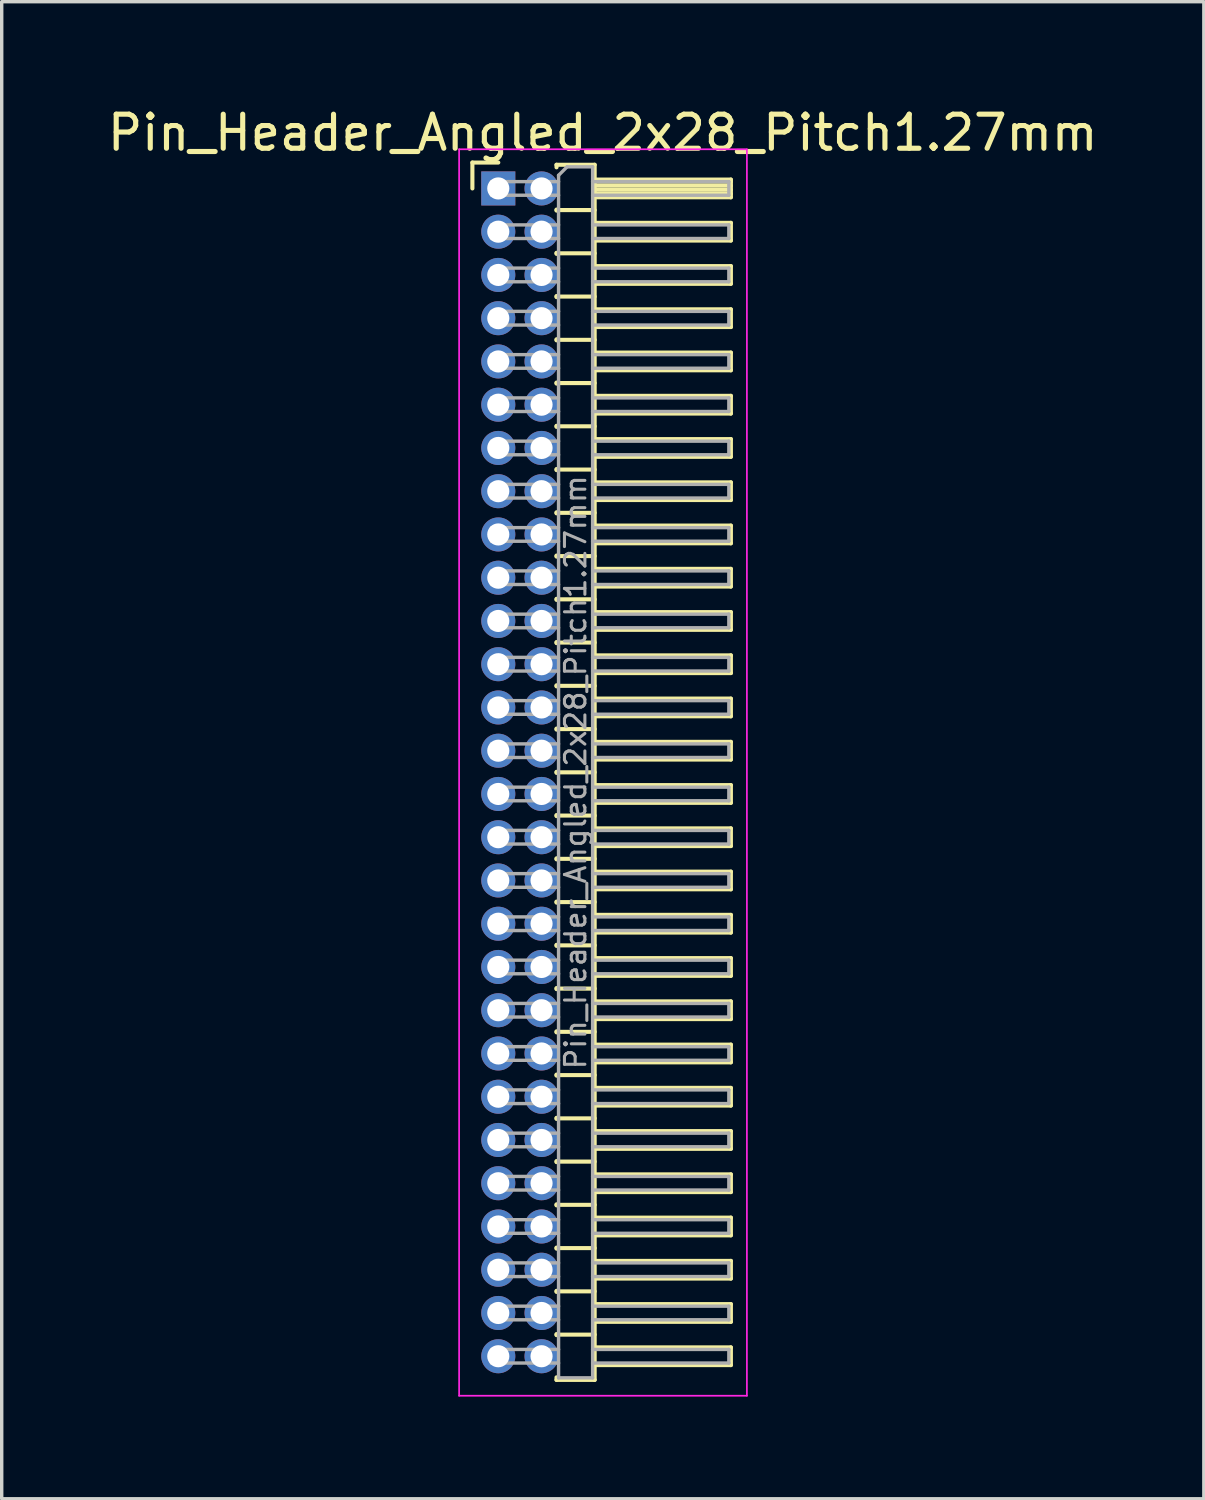
<source format=kicad_pcb>
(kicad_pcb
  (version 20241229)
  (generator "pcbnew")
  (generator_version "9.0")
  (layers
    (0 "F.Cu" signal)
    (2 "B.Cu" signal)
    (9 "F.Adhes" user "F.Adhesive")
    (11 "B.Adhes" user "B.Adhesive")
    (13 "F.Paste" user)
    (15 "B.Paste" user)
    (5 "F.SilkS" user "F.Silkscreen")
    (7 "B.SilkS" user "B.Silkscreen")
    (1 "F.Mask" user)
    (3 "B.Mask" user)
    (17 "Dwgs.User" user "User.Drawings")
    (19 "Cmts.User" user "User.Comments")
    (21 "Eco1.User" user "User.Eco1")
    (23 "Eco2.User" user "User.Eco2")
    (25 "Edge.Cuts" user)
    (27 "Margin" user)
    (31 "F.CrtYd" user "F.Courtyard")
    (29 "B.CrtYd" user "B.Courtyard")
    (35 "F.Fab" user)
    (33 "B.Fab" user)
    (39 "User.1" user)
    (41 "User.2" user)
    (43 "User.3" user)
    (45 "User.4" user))
  (footprint "Pin_Header_Angled_2x28_Pitch1.27mm"
    (layer "F.Cu")
    (at 11.581 2.483)
    (property "Reference" "Pin_Header_Angled_2x28_Pitch1.27mm" (at 3.067 -1.635 0) (layer "F.SilkS") (effects (font (size 1 1) (thickness 0.15))))
    (attr through_hole)
    (fp_line (start -0.76 -0.76) (end 0 -0.76) (stroke (width 0.12) (type solid)) (layer "F.SilkS"))
    (fp_line (start -0.76 0) (end -0.76 -0.76) (stroke (width 0.12) (type solid)) (layer "F.SilkS"))
    (fp_line (start 1.71 -0.695) (end 2.83 -0.695) (stroke (width 0.12) (type solid)) (layer "F.SilkS"))
    (fp_line (start 1.71 -0.62) (end 1.71 -0.695) (stroke (width 0.12) (type solid)) (layer "F.SilkS"))
    (fp_line (start 1.71 0.62) (end 1.71 0.65) (stroke (width 0.12) (type solid)) (layer "F.SilkS"))
    (fp_line (start 1.71 0.635) (end 2.83 0.635) (stroke (width 0.12) (type solid)) (layer "F.SilkS"))
    (fp_line (start 1.71 1.89) (end 1.71 1.92) (stroke (width 0.12) (type solid)) (layer "F.SilkS"))
    (fp_line (start 1.71 1.905) (end 2.83 1.905) (stroke (width 0.12) (type solid)) (layer "F.SilkS"))
    (fp_line (start 1.71 3.16) (end 1.71 3.19) (stroke (width 0.12) (type solid)) (layer "F.SilkS"))
    (fp_line (start 1.71 3.175) (end 2.83 3.175) (stroke (width 0.12) (type solid)) (layer "F.SilkS"))
    (fp_line (start 1.71 4.43) (end 1.71 4.46) (stroke (width 0.12) (type solid)) (layer "F.SilkS"))
    (fp_line (start 1.71 4.445) (end 2.83 4.445) (stroke (width 0.12) (type solid)) (layer "F.SilkS"))
    (fp_line (start 1.71 5.7) (end 1.71 5.73) (stroke (width 0.12) (type solid)) (layer "F.SilkS"))
    (fp_line (start 1.71 5.715) (end 2.83 5.715) (stroke (width 0.12) (type solid)) (layer "F.SilkS"))
    (fp_line (start 1.71 6.97) (end 1.71 7) (stroke (width 0.12) (type solid)) (layer "F.SilkS"))
    (fp_line (start 1.71 6.985) (end 2.83 6.985) (stroke (width 0.12) (type solid)) (layer "F.SilkS"))
    (fp_line (start 1.71 8.24) (end 1.71 8.27) (stroke (width 0.12) (type solid)) (layer "F.SilkS"))
    (fp_line (start 1.71 8.255) (end 2.83 8.255) (stroke (width 0.12) (type solid)) (layer "F.SilkS"))
    (fp_line (start 1.71 9.51) (end 1.71 9.54) (stroke (width 0.12) (type solid)) (layer "F.SilkS"))
    (fp_line (start 1.71 9.525) (end 2.83 9.525) (stroke (width 0.12) (type solid)) (layer "F.SilkS"))
    (fp_line (start 1.71 10.78) (end 1.71 10.81) (stroke (width 0.12) (type solid)) (layer "F.SilkS"))
    (fp_line (start 1.71 10.795) (end 2.83 10.795) (stroke (width 0.12) (type solid)) (layer "F.SilkS"))
    (fp_line (start 1.71 12.05) (end 1.71 12.08) (stroke (width 0.12) (type solid)) (layer "F.SilkS"))
    (fp_line (start 1.71 12.065) (end 2.83 12.065) (stroke (width 0.12) (type solid)) (layer "F.SilkS"))
    (fp_line (start 1.71 13.32) (end 1.71 13.35) (stroke (width 0.12) (type solid)) (layer "F.SilkS"))
    (fp_line (start 1.71 13.335) (end 2.83 13.335) (stroke (width 0.12) (type solid)) (layer "F.SilkS"))
    (fp_line (start 1.71 14.59) (end 1.71 14.62) (stroke (width 0.12) (type solid)) (layer "F.SilkS"))
    (fp_line (start 1.71 14.605) (end 2.83 14.605) (stroke (width 0.12) (type solid)) (layer "F.SilkS"))
    (fp_line (start 1.71 15.86) (end 1.71 15.89) (stroke (width 0.12) (type solid)) (layer "F.SilkS"))
    (fp_line (start 1.71 15.875) (end 2.83 15.875) (stroke (width 0.12) (type solid)) (layer "F.SilkS"))
    (fp_line (start 1.71 17.13) (end 1.71 17.16) (stroke (width 0.12) (type solid)) (layer "F.SilkS"))
    (fp_line (start 1.71 17.145) (end 2.83 17.145) (stroke (width 0.12) (type solid)) (layer "F.SilkS"))
    (fp_line (start 1.71 18.4) (end 1.71 18.43) (stroke (width 0.12) (type solid)) (layer "F.SilkS"))
    (fp_line (start 1.71 18.415) (end 2.83 18.415) (stroke (width 0.12) (type solid)) (layer "F.SilkS"))
    (fp_line (start 1.71 19.67) (end 1.71 19.7) (stroke (width 0.12) (type solid)) (layer "F.SilkS"))
    (fp_line (start 1.71 19.685) (end 2.83 19.685) (stroke (width 0.12) (type solid)) (layer "F.SilkS"))
    (fp_line (start 1.71 20.94) (end 1.71 20.97) (stroke (width 0.12) (type solid)) (layer "F.SilkS"))
    (fp_line (start 1.71 20.955) (end 2.83 20.955) (stroke (width 0.12) (type solid)) (layer "F.SilkS"))
    (fp_line (start 1.71 22.21) (end 1.71 22.24) (stroke (width 0.12) (type solid)) (layer "F.SilkS"))
    (fp_line (start 1.71 22.225) (end 2.83 22.225) (stroke (width 0.12) (type solid)) (layer "F.SilkS"))
    (fp_line (start 1.71 23.48) (end 1.71 23.51) (stroke (width 0.12) (type solid)) (layer "F.SilkS"))
    (fp_line (start 1.71 23.495) (end 2.83 23.495) (stroke (width 0.12) (type solid)) (layer "F.SilkS"))
    (fp_line (start 1.71 24.75) (end 1.71 24.78) (stroke (width 0.12) (type solid)) (layer "F.SilkS"))
    (fp_line (start 1.71 24.765) (end 2.83 24.765) (stroke (width 0.12) (type solid)) (layer "F.SilkS"))
    (fp_line (start 1.71 26.02) (end 1.71 26.05) (stroke (width 0.12) (type solid)) (layer "F.SilkS"))
    (fp_line (start 1.71 26.035) (end 2.83 26.035) (stroke (width 0.12) (type solid)) (layer "F.SilkS"))
    (fp_line (start 1.71 27.29) (end 1.71 27.32) (stroke (width 0.12) (type solid)) (layer "F.SilkS"))
    (fp_line (start 1.71 27.305) (end 2.83 27.305) (stroke (width 0.12) (type solid)) (layer "F.SilkS"))
    (fp_line (start 1.71 28.56) (end 1.71 28.59) (stroke (width 0.12) (type solid)) (layer "F.SilkS"))
    (fp_line (start 1.71 28.575) (end 2.83 28.575) (stroke (width 0.12) (type solid)) (layer "F.SilkS"))
    (fp_line (start 1.71 29.83) (end 1.71 29.86) (stroke (width 0.12) (type solid)) (layer "F.SilkS"))
    (fp_line (start 1.71 29.845) (end 2.83 29.845) (stroke (width 0.12) (type solid)) (layer "F.SilkS"))
    (fp_line (start 1.71 31.1) (end 1.71 31.13) (stroke (width 0.12) (type solid)) (layer "F.SilkS"))
    (fp_line (start 1.71 31.115) (end 2.83 31.115) (stroke (width 0.12) (type solid)) (layer "F.SilkS"))
    (fp_line (start 1.71 32.37) (end 1.71 32.4) (stroke (width 0.12) (type solid)) (layer "F.SilkS"))
    (fp_line (start 1.71 32.385) (end 2.83 32.385) (stroke (width 0.12) (type solid)) (layer "F.SilkS"))
    (fp_line (start 1.71 33.64) (end 1.71 33.67) (stroke (width 0.12) (type solid)) (layer "F.SilkS"))
    (fp_line (start 1.71 33.655) (end 2.83 33.655) (stroke (width 0.12) (type solid)) (layer "F.SilkS"))
    (fp_line (start 1.71 34.985) (end 1.71 34.91) (stroke (width 0.12) (type solid)) (layer "F.SilkS"))
    (fp_line (start 2.83 -0.695) (end 2.83 34.985) (stroke (width 0.12) (type solid)) (layer "F.SilkS"))
    (fp_line (start 2.83 -0.26) (end 6.83 -0.26) (stroke (width 0.12) (type solid)) (layer "F.SilkS"))
    (fp_line (start 2.83 -0.2) (end 6.83 -0.2) (stroke (width 0.12) (type solid)) (layer "F.SilkS"))
    (fp_line (start 2.83 -0.08) (end 6.83 -0.08) (stroke (width 0.12) (type solid)) (layer "F.SilkS"))
    (fp_line (start 2.83 0.04) (end 6.83 0.04) (stroke (width 0.12) (type solid)) (layer "F.SilkS"))
    (fp_line (start 2.83 0.16) (end 6.83 0.16) (stroke (width 0.12) (type solid)) (layer "F.SilkS"))
    (fp_line (start 2.83 1.01) (end 6.83 1.01) (stroke (width 0.12) (type solid)) (layer "F.SilkS"))
    (fp_line (start 2.83 2.28) (end 6.83 2.28) (stroke (width 0.12) (type solid)) (layer "F.SilkS"))
    (fp_line (start 2.83 3.55) (end 6.83 3.55) (stroke (width 0.12) (type solid)) (layer "F.SilkS"))
    (fp_line (start 2.83 4.82) (end 6.83 4.82) (stroke (width 0.12) (type solid)) (layer "F.SilkS"))
    (fp_line (start 2.83 6.09) (end 6.83 6.09) (stroke (width 0.12) (type solid)) (layer "F.SilkS"))
    (fp_line (start 2.83 7.36) (end 6.83 7.36) (stroke (width 0.12) (type solid)) (layer "F.SilkS"))
    (fp_line (start 2.83 8.63) (end 6.83 8.63) (stroke (width 0.12) (type solid)) (layer "F.SilkS"))
    (fp_line (start 2.83 9.9) (end 6.83 9.9) (stroke (width 0.12) (type solid)) (layer "F.SilkS"))
    (fp_line (start 2.83 11.17) (end 6.83 11.17) (stroke (width 0.12) (type solid)) (layer "F.SilkS"))
    (fp_line (start 2.83 12.44) (end 6.83 12.44) (stroke (width 0.12) (type solid)) (layer "F.SilkS"))
    (fp_line (start 2.83 13.71) (end 6.83 13.71) (stroke (width 0.12) (type solid)) (layer "F.SilkS"))
    (fp_line (start 2.83 14.98) (end 6.83 14.98) (stroke (width 0.12) (type solid)) (layer "F.SilkS"))
    (fp_line (start 2.83 16.25) (end 6.83 16.25) (stroke (width 0.12) (type solid)) (layer "F.SilkS"))
    (fp_line (start 2.83 17.52) (end 6.83 17.52) (stroke (width 0.12) (type solid)) (layer "F.SilkS"))
    (fp_line (start 2.83 18.79) (end 6.83 18.79) (stroke (width 0.12) (type solid)) (layer "F.SilkS"))
    (fp_line (start 2.83 20.06) (end 6.83 20.06) (stroke (width 0.12) (type solid)) (layer "F.SilkS"))
    (fp_line (start 2.83 21.33) (end 6.83 21.33) (stroke (width 0.12) (type solid)) (layer "F.SilkS"))
    (fp_line (start 2.83 22.6) (end 6.83 22.6) (stroke (width 0.12) (type solid)) (layer "F.SilkS"))
    (fp_line (start 2.83 23.87) (end 6.83 23.87) (stroke (width 0.12) (type solid)) (layer "F.SilkS"))
    (fp_line (start 2.83 25.14) (end 6.83 25.14) (stroke (width 0.12) (type solid)) (layer "F.SilkS"))
    (fp_line (start 2.83 26.41) (end 6.83 26.41) (stroke (width 0.12) (type solid)) (layer "F.SilkS"))
    (fp_line (start 2.83 27.68) (end 6.83 27.68) (stroke (width 0.12) (type solid)) (layer "F.SilkS"))
    (fp_line (start 2.83 28.95) (end 6.83 28.95) (stroke (width 0.12) (type solid)) (layer "F.SilkS"))
    (fp_line (start 2.83 30.22) (end 6.83 30.22) (stroke (width 0.12) (type solid)) (layer "F.SilkS"))
    (fp_line (start 2.83 31.49) (end 6.83 31.49) (stroke (width 0.12) (type solid)) (layer "F.SilkS"))
    (fp_line (start 2.83 32.76) (end 6.83 32.76) (stroke (width 0.12) (type solid)) (layer "F.SilkS"))
    (fp_line (start 2.83 34.03) (end 6.83 34.03) (stroke (width 0.12) (type solid)) (layer "F.SilkS"))
    (fp_line (start 2.83 34.985) (end 1.71 34.985) (stroke (width 0.12) (type solid)) (layer "F.SilkS"))
    (fp_line (start 6.83 -0.26) (end 6.83 0.26) (stroke (width 0.12) (type solid)) (layer "F.SilkS"))
    (fp_line (start 6.83 0.26) (end 2.83 0.26) (stroke (width 0.12) (type solid)) (layer "F.SilkS"))
    (fp_line (start 6.83 1.01) (end 6.83 1.53) (stroke (width 0.12) (type solid)) (layer "F.SilkS"))
    (fp_line (start 6.83 1.53) (end 2.83 1.53) (stroke (width 0.12) (type solid)) (layer "F.SilkS"))
    (fp_line (start 6.83 2.28) (end 6.83 2.8) (stroke (width 0.12) (type solid)) (layer "F.SilkS"))
    (fp_line (start 6.83 2.8) (end 2.83 2.8) (stroke (width 0.12) (type solid)) (layer "F.SilkS"))
    (fp_line (start 6.83 3.55) (end 6.83 4.07) (stroke (width 0.12) (type solid)) (layer "F.SilkS"))
    (fp_line (start 6.83 4.07) (end 2.83 4.07) (stroke (width 0.12) (type solid)) (layer "F.SilkS"))
    (fp_line (start 6.83 4.82) (end 6.83 5.34) (stroke (width 0.12) (type solid)) (layer "F.SilkS"))
    (fp_line (start 6.83 5.34) (end 2.83 5.34) (stroke (width 0.12) (type solid)) (layer "F.SilkS"))
    (fp_line (start 6.83 6.09) (end 6.83 6.61) (stroke (width 0.12) (type solid)) (layer "F.SilkS"))
    (fp_line (start 6.83 6.61) (end 2.83 6.61) (stroke (width 0.12) (type solid)) (layer "F.SilkS"))
    (fp_line (start 6.83 7.36) (end 6.83 7.88) (stroke (width 0.12) (type solid)) (layer "F.SilkS"))
    (fp_line (start 6.83 7.88) (end 2.83 7.88) (stroke (width 0.12) (type solid)) (layer "F.SilkS"))
    (fp_line (start 6.83 8.63) (end 6.83 9.15) (stroke (width 0.12) (type solid)) (layer "F.SilkS"))
    (fp_line (start 6.83 9.15) (end 2.83 9.15) (stroke (width 0.12) (type solid)) (layer "F.SilkS"))
    (fp_line (start 6.83 9.9) (end 6.83 10.42) (stroke (width 0.12) (type solid)) (layer "F.SilkS"))
    (fp_line (start 6.83 10.42) (end 2.83 10.42) (stroke (width 0.12) (type solid)) (layer "F.SilkS"))
    (fp_line (start 6.83 11.17) (end 6.83 11.69) (stroke (width 0.12) (type solid)) (layer "F.SilkS"))
    (fp_line (start 6.83 11.69) (end 2.83 11.69) (stroke (width 0.12) (type solid)) (layer "F.SilkS"))
    (fp_line (start 6.83 12.44) (end 6.83 12.96) (stroke (width 0.12) (type solid)) (layer "F.SilkS"))
    (fp_line (start 6.83 12.96) (end 2.83 12.96) (stroke (width 0.12) (type solid)) (layer "F.SilkS"))
    (fp_line (start 6.83 13.71) (end 6.83 14.23) (stroke (width 0.12) (type solid)) (layer "F.SilkS"))
    (fp_line (start 6.83 14.23) (end 2.83 14.23) (stroke (width 0.12) (type solid)) (layer "F.SilkS"))
    (fp_line (start 6.83 14.98) (end 6.83 15.5) (stroke (width 0.12) (type solid)) (layer "F.SilkS"))
    (fp_line (start 6.83 15.5) (end 2.83 15.5) (stroke (width 0.12) (type solid)) (layer "F.SilkS"))
    (fp_line (start 6.83 16.25) (end 6.83 16.77) (stroke (width 0.12) (type solid)) (layer "F.SilkS"))
    (fp_line (start 6.83 16.77) (end 2.83 16.77) (stroke (width 0.12) (type solid)) (layer "F.SilkS"))
    (fp_line (start 6.83 17.52) (end 6.83 18.04) (stroke (width 0.12) (type solid)) (layer "F.SilkS"))
    (fp_line (start 6.83 18.04) (end 2.83 18.04) (stroke (width 0.12) (type solid)) (layer "F.SilkS"))
    (fp_line (start 6.83 18.79) (end 6.83 19.31) (stroke (width 0.12) (type solid)) (layer "F.SilkS"))
    (fp_line (start 6.83 19.31) (end 2.83 19.31) (stroke (width 0.12) (type solid)) (layer "F.SilkS"))
    (fp_line (start 6.83 20.06) (end 6.83 20.58) (stroke (width 0.12) (type solid)) (layer "F.SilkS"))
    (fp_line (start 6.83 20.58) (end 2.83 20.58) (stroke (width 0.12) (type solid)) (layer "F.SilkS"))
    (fp_line (start 6.83 21.33) (end 6.83 21.85) (stroke (width 0.12) (type solid)) (layer "F.SilkS"))
    (fp_line (start 6.83 21.85) (end 2.83 21.85) (stroke (width 0.12) (type solid)) (layer "F.SilkS"))
    (fp_line (start 6.83 22.6) (end 6.83 23.12) (stroke (width 0.12) (type solid)) (layer "F.SilkS"))
    (fp_line (start 6.83 23.12) (end 2.83 23.12) (stroke (width 0.12) (type solid)) (layer "F.SilkS"))
    (fp_line (start 6.83 23.87) (end 6.83 24.39) (stroke (width 0.12) (type solid)) (layer "F.SilkS"))
    (fp_line (start 6.83 24.39) (end 2.83 24.39) (stroke (width 0.12) (type solid)) (layer "F.SilkS"))
    (fp_line (start 6.83 25.14) (end 6.83 25.66) (stroke (width 0.12) (type solid)) (layer "F.SilkS"))
    (fp_line (start 6.83 25.66) (end 2.83 25.66) (stroke (width 0.12) (type solid)) (layer "F.SilkS"))
    (fp_line (start 6.83 26.41) (end 6.83 26.93) (stroke (width 0.12) (type solid)) (layer "F.SilkS"))
    (fp_line (start 6.83 26.93) (end 2.83 26.93) (stroke (width 0.12) (type solid)) (layer "F.SilkS"))
    (fp_line (start 6.83 27.68) (end 6.83 28.2) (stroke (width 0.12) (type solid)) (layer "F.SilkS"))
    (fp_line (start 6.83 28.2) (end 2.83 28.2) (stroke (width 0.12) (type solid)) (layer "F.SilkS"))
    (fp_line (start 6.83 28.95) (end 6.83 29.47) (stroke (width 0.12) (type solid)) (layer "F.SilkS"))
    (fp_line (start 6.83 29.47) (end 2.83 29.47) (stroke (width 0.12) (type solid)) (layer "F.SilkS"))
    (fp_line (start 6.83 30.22) (end 6.83 30.74) (stroke (width 0.12) (type solid)) (layer "F.SilkS"))
    (fp_line (start 6.83 30.74) (end 2.83 30.74) (stroke (width 0.12) (type solid)) (layer "F.SilkS"))
    (fp_line (start 6.83 31.49) (end 6.83 32.01) (stroke (width 0.12) (type solid)) (layer "F.SilkS"))
    (fp_line (start 6.83 32.01) (end 2.83 32.01) (stroke (width 0.12) (type solid)) (layer "F.SilkS"))
    (fp_line (start 6.83 32.76) (end 6.83 33.28) (stroke (width 0.12) (type solid)) (layer "F.SilkS"))
    (fp_line (start 6.83 33.28) (end 2.83 33.28) (stroke (width 0.12) (type solid)) (layer "F.SilkS"))
    (fp_line (start 6.83 34.03) (end 6.83 34.55) (stroke (width 0.12) (type solid)) (layer "F.SilkS"))
    (fp_line (start 6.83 34.55) (end 2.83 34.55) (stroke (width 0.12) (type solid)) (layer "F.SilkS"))
    (fp_line (start -1.15 -1.15) (end -1.15 35.45) (stroke (width 0.05) (type solid)) (layer "F.CrtYd"))
    (fp_line (start -1.15 35.45) (end 7.3 35.45) (stroke (width 0.05) (type solid)) (layer "F.CrtYd"))
    (fp_line (start 7.3 -1.15) (end -1.15 -1.15) (stroke (width 0.05) (type solid)) (layer "F.CrtYd"))
    (fp_line (start 7.3 35.45) (end 7.3 -1.15) (stroke (width 0.05) (type solid)) (layer "F.CrtYd"))
    (fp_line (start -0.2 -0.2) (end -0.2 0.2) (stroke (width 0.1) (type solid)) (layer "F.Fab"))
    (fp_line (start -0.2 -0.2) (end 1.77 -0.2) (stroke (width 0.1) (type solid)) (layer "F.Fab"))
    (fp_line (start -0.2 0.2) (end 1.77 0.2) (stroke (width 0.1) (type solid)) (layer "F.Fab"))
    (fp_line (start -0.2 1.07) (end -0.2 1.47) (stroke (width 0.1) (type solid)) (layer "F.Fab"))
    (fp_line (start -0.2 1.07) (end 1.77 1.07) (stroke (width 0.1) (type solid)) (layer "F.Fab"))
    (fp_line (start -0.2 1.47) (end 1.77 1.47) (stroke (width 0.1) (type solid)) (layer "F.Fab"))
    (fp_line (start -0.2 2.34) (end -0.2 2.74) (stroke (width 0.1) (type solid)) (layer "F.Fab"))
    (fp_line (start -0.2 2.34) (end 1.77 2.34) (stroke (width 0.1) (type solid)) (layer "F.Fab"))
    (fp_line (start -0.2 2.74) (end 1.77 2.74) (stroke (width 0.1) (type solid)) (layer "F.Fab"))
    (fp_line (start -0.2 3.61) (end -0.2 4.01) (stroke (width 0.1) (type solid)) (layer "F.Fab"))
    (fp_line (start -0.2 3.61) (end 1.77 3.61) (stroke (width 0.1) (type solid)) (layer "F.Fab"))
    (fp_line (start -0.2 4.01) (end 1.77 4.01) (stroke (width 0.1) (type solid)) (layer "F.Fab"))
    (fp_line (start -0.2 4.88) (end -0.2 5.28) (stroke (width 0.1) (type solid)) (layer "F.Fab"))
    (fp_line (start -0.2 4.88) (end 1.77 4.88) (stroke (width 0.1) (type solid)) (layer "F.Fab"))
    (fp_line (start -0.2 5.28) (end 1.77 5.28) (stroke (width 0.1) (type solid)) (layer "F.Fab"))
    (fp_line (start -0.2 6.15) (end -0.2 6.55) (stroke (width 0.1) (type solid)) (layer "F.Fab"))
    (fp_line (start -0.2 6.15) (end 1.77 6.15) (stroke (width 0.1) (type solid)) (layer "F.Fab"))
    (fp_line (start -0.2 6.55) (end 1.77 6.55) (stroke (width 0.1) (type solid)) (layer "F.Fab"))
    (fp_line (start -0.2 7.42) (end -0.2 7.82) (stroke (width 0.1) (type solid)) (layer "F.Fab"))
    (fp_line (start -0.2 7.42) (end 1.77 7.42) (stroke (width 0.1) (type solid)) (layer "F.Fab"))
    (fp_line (start -0.2 7.82) (end 1.77 7.82) (stroke (width 0.1) (type solid)) (layer "F.Fab"))
    (fp_line (start -0.2 8.69) (end -0.2 9.09) (stroke (width 0.1) (type solid)) (layer "F.Fab"))
    (fp_line (start -0.2 8.69) (end 1.77 8.69) (stroke (width 0.1) (type solid)) (layer "F.Fab"))
    (fp_line (start -0.2 9.09) (end 1.77 9.09) (stroke (width 0.1) (type solid)) (layer "F.Fab"))
    (fp_line (start -0.2 9.96) (end -0.2 10.36) (stroke (width 0.1) (type solid)) (layer "F.Fab"))
    (fp_line (start -0.2 9.96) (end 1.77 9.96) (stroke (width 0.1) (type solid)) (layer "F.Fab"))
    (fp_line (start -0.2 10.36) (end 1.77 10.36) (stroke (width 0.1) (type solid)) (layer "F.Fab"))
    (fp_line (start -0.2 11.23) (end -0.2 11.63) (stroke (width 0.1) (type solid)) (layer "F.Fab"))
    (fp_line (start -0.2 11.23) (end 1.77 11.23) (stroke (width 0.1) (type solid)) (layer "F.Fab"))
    (fp_line (start -0.2 11.63) (end 1.77 11.63) (stroke (width 0.1) (type solid)) (layer "F.Fab"))
    (fp_line (start -0.2 12.5) (end -0.2 12.9) (stroke (width 0.1) (type solid)) (layer "F.Fab"))
    (fp_line (start -0.2 12.5) (end 1.77 12.5) (stroke (width 0.1) (type solid)) (layer "F.Fab"))
    (fp_line (start -0.2 12.9) (end 1.77 12.9) (stroke (width 0.1) (type solid)) (layer "F.Fab"))
    (fp_line (start -0.2 13.77) (end -0.2 14.17) (stroke (width 0.1) (type solid)) (layer "F.Fab"))
    (fp_line (start -0.2 13.77) (end 1.77 13.77) (stroke (width 0.1) (type solid)) (layer "F.Fab"))
    (fp_line (start -0.2 14.17) (end 1.77 14.17) (stroke (width 0.1) (type solid)) (layer "F.Fab"))
    (fp_line (start -0.2 15.04) (end -0.2 15.44) (stroke (width 0.1) (type solid)) (layer "F.Fab"))
    (fp_line (start -0.2 15.04) (end 1.77 15.04) (stroke (width 0.1) (type solid)) (layer "F.Fab"))
    (fp_line (start -0.2 15.44) (end 1.77 15.44) (stroke (width 0.1) (type solid)) (layer "F.Fab"))
    (fp_line (start -0.2 16.31) (end -0.2 16.71) (stroke (width 0.1) (type solid)) (layer "F.Fab"))
    (fp_line (start -0.2 16.31) (end 1.77 16.31) (stroke (width 0.1) (type solid)) (layer "F.Fab"))
    (fp_line (start -0.2 16.71) (end 1.77 16.71) (stroke (width 0.1) (type solid)) (layer "F.Fab"))
    (fp_line (start -0.2 17.58) (end -0.2 17.98) (stroke (width 0.1) (type solid)) (layer "F.Fab"))
    (fp_line (start -0.2 17.58) (end 1.77 17.58) (stroke (width 0.1) (type solid)) (layer "F.Fab"))
    (fp_line (start -0.2 17.98) (end 1.77 17.98) (stroke (width 0.1) (type solid)) (layer "F.Fab"))
    (fp_line (start -0.2 18.85) (end -0.2 19.25) (stroke (width 0.1) (type solid)) (layer "F.Fab"))
    (fp_line (start -0.2 18.85) (end 1.77 18.85) (stroke (width 0.1) (type solid)) (layer "F.Fab"))
    (fp_line (start -0.2 19.25) (end 1.77 19.25) (stroke (width 0.1) (type solid)) (layer "F.Fab"))
    (fp_line (start -0.2 20.12) (end -0.2 20.52) (stroke (width 0.1) (type solid)) (layer "F.Fab"))
    (fp_line (start -0.2 20.12) (end 1.77 20.12) (stroke (width 0.1) (type solid)) (layer "F.Fab"))
    (fp_line (start -0.2 20.52) (end 1.77 20.52) (stroke (width 0.1) (type solid)) (layer "F.Fab"))
    (fp_line (start -0.2 21.39) (end -0.2 21.79) (stroke (width 0.1) (type solid)) (layer "F.Fab"))
    (fp_line (start -0.2 21.39) (end 1.77 21.39) (stroke (width 0.1) (type solid)) (layer "F.Fab"))
    (fp_line (start -0.2 21.79) (end 1.77 21.79) (stroke (width 0.1) (type solid)) (layer "F.Fab"))
    (fp_line (start -0.2 22.66) (end -0.2 23.06) (stroke (width 0.1) (type solid)) (layer "F.Fab"))
    (fp_line (start -0.2 22.66) (end 1.77 22.66) (stroke (width 0.1) (type solid)) (layer "F.Fab"))
    (fp_line (start -0.2 23.06) (end 1.77 23.06) (stroke (width 0.1) (type solid)) (layer "F.Fab"))
    (fp_line (start -0.2 23.93) (end -0.2 24.33) (stroke (width 0.1) (type solid)) (layer "F.Fab"))
    (fp_line (start -0.2 23.93) (end 1.77 23.93) (stroke (width 0.1) (type solid)) (layer "F.Fab"))
    (fp_line (start -0.2 24.33) (end 1.77 24.33) (stroke (width 0.1) (type solid)) (layer "F.Fab"))
    (fp_line (start -0.2 25.2) (end -0.2 25.6) (stroke (width 0.1) (type solid)) (layer "F.Fab"))
    (fp_line (start -0.2 25.2) (end 1.77 25.2) (stroke (width 0.1) (type solid)) (layer "F.Fab"))
    (fp_line (start -0.2 25.6) (end 1.77 25.6) (stroke (width 0.1) (type solid)) (layer "F.Fab"))
    (fp_line (start -0.2 26.47) (end -0.2 26.87) (stroke (width 0.1) (type solid)) (layer "F.Fab"))
    (fp_line (start -0.2 26.47) (end 1.77 26.47) (stroke (width 0.1) (type solid)) (layer "F.Fab"))
    (fp_line (start -0.2 26.87) (end 1.77 26.87) (stroke (width 0.1) (type solid)) (layer "F.Fab"))
    (fp_line (start -0.2 27.74) (end -0.2 28.14) (stroke (width 0.1) (type solid)) (layer "F.Fab"))
    (fp_line (start -0.2 27.74) (end 1.77 27.74) (stroke (width 0.1) (type solid)) (layer "F.Fab"))
    (fp_line (start -0.2 28.14) (end 1.77 28.14) (stroke (width 0.1) (type solid)) (layer "F.Fab"))
    (fp_line (start -0.2 29.01) (end -0.2 29.41) (stroke (width 0.1) (type solid)) (layer "F.Fab"))
    (fp_line (start -0.2 29.01) (end 1.77 29.01) (stroke (width 0.1) (type solid)) (layer "F.Fab"))
    (fp_line (start -0.2 29.41) (end 1.77 29.41) (stroke (width 0.1) (type solid)) (layer "F.Fab"))
    (fp_line (start -0.2 30.28) (end -0.2 30.68) (stroke (width 0.1) (type solid)) (layer "F.Fab"))
    (fp_line (start -0.2 30.28) (end 1.77 30.28) (stroke (width 0.1) (type solid)) (layer "F.Fab"))
    (fp_line (start -0.2 30.68) (end 1.77 30.68) (stroke (width 0.1) (type solid)) (layer "F.Fab"))
    (fp_line (start -0.2 31.55) (end -0.2 31.95) (stroke (width 0.1) (type solid)) (layer "F.Fab"))
    (fp_line (start -0.2 31.55) (end 1.77 31.55) (stroke (width 0.1) (type solid)) (layer "F.Fab"))
    (fp_line (start -0.2 31.95) (end 1.77 31.95) (stroke (width 0.1) (type solid)) (layer "F.Fab"))
    (fp_line (start -0.2 32.82) (end -0.2 33.22) (stroke (width 0.1) (type solid)) (layer "F.Fab"))
    (fp_line (start -0.2 32.82) (end 1.77 32.82) (stroke (width 0.1) (type solid)) (layer "F.Fab"))
    (fp_line (start -0.2 33.22) (end 1.77 33.22) (stroke (width 0.1) (type solid)) (layer "F.Fab"))
    (fp_line (start -0.2 34.09) (end -0.2 34.49) (stroke (width 0.1) (type solid)) (layer "F.Fab"))
    (fp_line (start -0.2 34.09) (end 1.77 34.09) (stroke (width 0.1) (type solid)) (layer "F.Fab"))
    (fp_line (start -0.2 34.49) (end 1.77 34.49) (stroke (width 0.1) (type solid)) (layer "F.Fab"))
    (fp_line (start 1.77 -0.385) (end 2.02 -0.635) (stroke (width 0.1) (type solid)) (layer "F.Fab"))
    (fp_line (start 1.77 34.925) (end 1.77 -0.385) (stroke (width 0.1) (type solid)) (layer "F.Fab"))
    (fp_line (start 2.02 -0.635) (end 2.77 -0.635) (stroke (width 0.1) (type solid)) (layer "F.Fab"))
    (fp_line (start 2.77 -0.635) (end 2.77 34.925) (stroke (width 0.1) (type solid)) (layer "F.Fab"))
    (fp_line (start 2.77 -0.2) (end 6.77 -0.2) (stroke (width 0.1) (type solid)) (layer "F.Fab"))
    (fp_line (start 2.77 0.2) (end 6.77 0.2) (stroke (width 0.1) (type solid)) (layer "F.Fab"))
    (fp_line (start 2.77 1.07) (end 6.77 1.07) (stroke (width 0.1) (type solid)) (layer "F.Fab"))
    (fp_line (start 2.77 1.47) (end 6.77 1.47) (stroke (width 0.1) (type solid)) (layer "F.Fab"))
    (fp_line (start 2.77 2.34) (end 6.77 2.34) (stroke (width 0.1) (type solid)) (layer "F.Fab"))
    (fp_line (start 2.77 2.74) (end 6.77 2.74) (stroke (width 0.1) (type solid)) (layer "F.Fab"))
    (fp_line (start 2.77 3.61) (end 6.77 3.61) (stroke (width 0.1) (type solid)) (layer "F.Fab"))
    (fp_line (start 2.77 4.01) (end 6.77 4.01) (stroke (width 0.1) (type solid)) (layer "F.Fab"))
    (fp_line (start 2.77 4.88) (end 6.77 4.88) (stroke (width 0.1) (type solid)) (layer "F.Fab"))
    (fp_line (start 2.77 5.28) (end 6.77 5.28) (stroke (width 0.1) (type solid)) (layer "F.Fab"))
    (fp_line (start 2.77 6.15) (end 6.77 6.15) (stroke (width 0.1) (type solid)) (layer "F.Fab"))
    (fp_line (start 2.77 6.55) (end 6.77 6.55) (stroke (width 0.1) (type solid)) (layer "F.Fab"))
    (fp_line (start 2.77 7.42) (end 6.77 7.42) (stroke (width 0.1) (type solid)) (layer "F.Fab"))
    (fp_line (start 2.77 7.82) (end 6.77 7.82) (stroke (width 0.1) (type solid)) (layer "F.Fab"))
    (fp_line (start 2.77 8.69) (end 6.77 8.69) (stroke (width 0.1) (type solid)) (layer "F.Fab"))
    (fp_line (start 2.77 9.09) (end 6.77 9.09) (stroke (width 0.1) (type solid)) (layer "F.Fab"))
    (fp_line (start 2.77 9.96) (end 6.77 9.96) (stroke (width 0.1) (type solid)) (layer "F.Fab"))
    (fp_line (start 2.77 10.36) (end 6.77 10.36) (stroke (width 0.1) (type solid)) (layer "F.Fab"))
    (fp_line (start 2.77 11.23) (end 6.77 11.23) (stroke (width 0.1) (type solid)) (layer "F.Fab"))
    (fp_line (start 2.77 11.63) (end 6.77 11.63) (stroke (width 0.1) (type solid)) (layer "F.Fab"))
    (fp_line (start 2.77 12.5) (end 6.77 12.5) (stroke (width 0.1) (type solid)) (layer "F.Fab"))
    (fp_line (start 2.77 12.9) (end 6.77 12.9) (stroke (width 0.1) (type solid)) (layer "F.Fab"))
    (fp_line (start 2.77 13.77) (end 6.77 13.77) (stroke (width 0.1) (type solid)) (layer "F.Fab"))
    (fp_line (start 2.77 14.17) (end 6.77 14.17) (stroke (width 0.1) (type solid)) (layer "F.Fab"))
    (fp_line (start 2.77 15.04) (end 6.77 15.04) (stroke (width 0.1) (type solid)) (layer "F.Fab"))
    (fp_line (start 2.77 15.44) (end 6.77 15.44) (stroke (width 0.1) (type solid)) (layer "F.Fab"))
    (fp_line (start 2.77 16.31) (end 6.77 16.31) (stroke (width 0.1) (type solid)) (layer "F.Fab"))
    (fp_line (start 2.77 16.71) (end 6.77 16.71) (stroke (width 0.1) (type solid)) (layer "F.Fab"))
    (fp_line (start 2.77 17.58) (end 6.77 17.58) (stroke (width 0.1) (type solid)) (layer "F.Fab"))
    (fp_line (start 2.77 17.98) (end 6.77 17.98) (stroke (width 0.1) (type solid)) (layer "F.Fab"))
    (fp_line (start 2.77 18.85) (end 6.77 18.85) (stroke (width 0.1) (type solid)) (layer "F.Fab"))
    (fp_line (start 2.77 19.25) (end 6.77 19.25) (stroke (width 0.1) (type solid)) (layer "F.Fab"))
    (fp_line (start 2.77 20.12) (end 6.77 20.12) (stroke (width 0.1) (type solid)) (layer "F.Fab"))
    (fp_line (start 2.77 20.52) (end 6.77 20.52) (stroke (width 0.1) (type solid)) (layer "F.Fab"))
    (fp_line (start 2.77 21.39) (end 6.77 21.39) (stroke (width 0.1) (type solid)) (layer "F.Fab"))
    (fp_line (start 2.77 21.79) (end 6.77 21.79) (stroke (width 0.1) (type solid)) (layer "F.Fab"))
    (fp_line (start 2.77 22.66) (end 6.77 22.66) (stroke (width 0.1) (type solid)) (layer "F.Fab"))
    (fp_line (start 2.77 23.06) (end 6.77 23.06) (stroke (width 0.1) (type solid)) (layer "F.Fab"))
    (fp_line (start 2.77 23.93) (end 6.77 23.93) (stroke (width 0.1) (type solid)) (layer "F.Fab"))
    (fp_line (start 2.77 24.33) (end 6.77 24.33) (stroke (width 0.1) (type solid)) (layer "F.Fab"))
    (fp_line (start 2.77 25.2) (end 6.77 25.2) (stroke (width 0.1) (type solid)) (layer "F.Fab"))
    (fp_line (start 2.77 25.6) (end 6.77 25.6) (stroke (width 0.1) (type solid)) (layer "F.Fab"))
    (fp_line (start 2.77 26.47) (end 6.77 26.47) (stroke (width 0.1) (type solid)) (layer "F.Fab"))
    (fp_line (start 2.77 26.87) (end 6.77 26.87) (stroke (width 0.1) (type solid)) (layer "F.Fab"))
    (fp_line (start 2.77 27.74) (end 6.77 27.74) (stroke (width 0.1) (type solid)) (layer "F.Fab"))
    (fp_line (start 2.77 28.14) (end 6.77 28.14) (stroke (width 0.1) (type solid)) (layer "F.Fab"))
    (fp_line (start 2.77 29.01) (end 6.77 29.01) (stroke (width 0.1) (type solid)) (layer "F.Fab"))
    (fp_line (start 2.77 29.41) (end 6.77 29.41) (stroke (width 0.1) (type solid)) (layer "F.Fab"))
    (fp_line (start 2.77 30.28) (end 6.77 30.28) (stroke (width 0.1) (type solid)) (layer "F.Fab"))
    (fp_line (start 2.77 30.68) (end 6.77 30.68) (stroke (width 0.1) (type solid)) (layer "F.Fab"))
    (fp_line (start 2.77 31.55) (end 6.77 31.55) (stroke (width 0.1) (type solid)) (layer "F.Fab"))
    (fp_line (start 2.77 31.95) (end 6.77 31.95) (stroke (width 0.1) (type solid)) (layer "F.Fab"))
    (fp_line (start 2.77 32.82) (end 6.77 32.82) (stroke (width 0.1) (type solid)) (layer "F.Fab"))
    (fp_line (start 2.77 33.22) (end 6.77 33.22) (stroke (width 0.1) (type solid)) (layer "F.Fab"))
    (fp_line (start 2.77 34.09) (end 6.77 34.09) (stroke (width 0.1) (type solid)) (layer "F.Fab"))
    (fp_line (start 2.77 34.49) (end 6.77 34.49) (stroke (width 0.1) (type solid)) (layer "F.Fab"))
    (fp_line (start 2.77 34.925) (end 1.77 34.925) (stroke (width 0.1) (type solid)) (layer "F.Fab"))
    (fp_line (start 6.77 -0.2) (end 6.77 0.2) (stroke (width 0.1) (type solid)) (layer "F.Fab"))
    (fp_line (start 6.77 1.07) (end 6.77 1.47) (stroke (width 0.1) (type solid)) (layer "F.Fab"))
    (fp_line (start 6.77 2.34) (end 6.77 2.74) (stroke (width 0.1) (type solid)) (layer "F.Fab"))
    (fp_line (start 6.77 3.61) (end 6.77 4.01) (stroke (width 0.1) (type solid)) (layer "F.Fab"))
    (fp_line (start 6.77 4.88) (end 6.77 5.28) (stroke (width 0.1) (type solid)) (layer "F.Fab"))
    (fp_line (start 6.77 6.15) (end 6.77 6.55) (stroke (width 0.1) (type solid)) (layer "F.Fab"))
    (fp_line (start 6.77 7.42) (end 6.77 7.82) (stroke (width 0.1) (type solid)) (layer "F.Fab"))
    (fp_line (start 6.77 8.69) (end 6.77 9.09) (stroke (width 0.1) (type solid)) (layer "F.Fab"))
    (fp_line (start 6.77 9.96) (end 6.77 10.36) (stroke (width 0.1) (type solid)) (layer "F.Fab"))
    (fp_line (start 6.77 11.23) (end 6.77 11.63) (stroke (width 0.1) (type solid)) (layer "F.Fab"))
    (fp_line (start 6.77 12.5) (end 6.77 12.9) (stroke (width 0.1) (type solid)) (layer "F.Fab"))
    (fp_line (start 6.77 13.77) (end 6.77 14.17) (stroke (width 0.1) (type solid)) (layer "F.Fab"))
    (fp_line (start 6.77 15.04) (end 6.77 15.44) (stroke (width 0.1) (type solid)) (layer "F.Fab"))
    (fp_line (start 6.77 16.31) (end 6.77 16.71) (stroke (width 0.1) (type solid)) (layer "F.Fab"))
    (fp_line (start 6.77 17.58) (end 6.77 17.98) (stroke (width 0.1) (type solid)) (layer "F.Fab"))
    (fp_line (start 6.77 18.85) (end 6.77 19.25) (stroke (width 0.1) (type solid)) (layer "F.Fab"))
    (fp_line (start 6.77 20.12) (end 6.77 20.52) (stroke (width 0.1) (type solid)) (layer "F.Fab"))
    (fp_line (start 6.77 21.39) (end 6.77 21.79) (stroke (width 0.1) (type solid)) (layer "F.Fab"))
    (fp_line (start 6.77 22.66) (end 6.77 23.06) (stroke (width 0.1) (type solid)) (layer "F.Fab"))
    (fp_line (start 6.77 23.93) (end 6.77 24.33) (stroke (width 0.1) (type solid)) (layer "F.Fab"))
    (fp_line (start 6.77 25.2) (end 6.77 25.6) (stroke (width 0.1) (type solid)) (layer "F.Fab"))
    (fp_line (start 6.77 26.47) (end 6.77 26.87) (stroke (width 0.1) (type solid)) (layer "F.Fab"))
    (fp_line (start 6.77 27.74) (end 6.77 28.14) (stroke (width 0.1) (type solid)) (layer "F.Fab"))
    (fp_line (start 6.77 29.01) (end 6.77 29.41) (stroke (width 0.1) (type solid)) (layer "F.Fab"))
    (fp_line (start 6.77 30.28) (end 6.77 30.68) (stroke (width 0.1) (type solid)) (layer "F.Fab"))
    (fp_line (start 6.77 31.55) (end 6.77 31.95) (stroke (width 0.1) (type solid)) (layer "F.Fab"))
    (fp_line (start 6.77 32.82) (end 6.77 33.22) (stroke (width 0.1) (type solid)) (layer "F.Fab"))
    (fp_line (start 6.77 34.09) (end 6.77 34.49) (stroke (width 0.1) (type solid)) (layer "F.Fab"))
    (fp_text user "${REFERENCE}" (at 2.27 17.145 90) (layer "F.Fab") (effects (font (size 0.6 0.6) (thickness 0.09))))
    (pad "1" thru_hole rect (at 0 0) (size 1 1) (drill 0.65) (layers "*.Cu" "*.Mask"))
    (pad "2" thru_hole oval (at 1.27 0) (size 1 1) (drill 0.65) (layers "*.Cu" "*.Mask"))
    (pad "3" thru_hole oval (at 0 1.27) (size 1 1) (drill 0.65) (layers "*.Cu" "*.Mask"))
    (pad "4" thru_hole oval (at 1.27 1.27) (size 1 1) (drill 0.65) (layers "*.Cu" "*.Mask"))
    (pad "5" thru_hole oval (at 0 2.54) (size 1 1) (drill 0.65) (layers "*.Cu" "*.Mask"))
    (pad "6" thru_hole oval (at 1.27 2.54) (size 1 1) (drill 0.65) (layers "*.Cu" "*.Mask"))
    (pad "7" thru_hole oval (at 0 3.81) (size 1 1) (drill 0.65) (layers "*.Cu" "*.Mask"))
    (pad "8" thru_hole oval (at 1.27 3.81) (size 1 1) (drill 0.65) (layers "*.Cu" "*.Mask"))
    (pad "9" thru_hole oval (at 0 5.08) (size 1 1) (drill 0.65) (layers "*.Cu" "*.Mask"))
    (pad "10" thru_hole oval (at 1.27 5.08) (size 1 1) (drill 0.65) (layers "*.Cu" "*.Mask"))
    (pad "11" thru_hole oval (at 0 6.35) (size 1 1) (drill 0.65) (layers "*.Cu" "*.Mask"))
    (pad "12" thru_hole oval (at 1.27 6.35) (size 1 1) (drill 0.65) (layers "*.Cu" "*.Mask"))
    (pad "13" thru_hole oval (at 0 7.62) (size 1 1) (drill 0.65) (layers "*.Cu" "*.Mask"))
    (pad "14" thru_hole oval (at 1.27 7.62) (size 1 1) (drill 0.65) (layers "*.Cu" "*.Mask"))
    (pad "15" thru_hole oval (at 0 8.89) (size 1 1) (drill 0.65) (layers "*.Cu" "*.Mask"))
    (pad "16" thru_hole oval (at 1.27 8.89) (size 1 1) (drill 0.65) (layers "*.Cu" "*.Mask"))
    (pad "17" thru_hole oval (at 0 10.16) (size 1 1) (drill 0.65) (layers "*.Cu" "*.Mask"))
    (pad "18" thru_hole oval (at 1.27 10.16) (size 1 1) (drill 0.65) (layers "*.Cu" "*.Mask"))
    (pad "19" thru_hole oval (at 0 11.43) (size 1 1) (drill 0.65) (layers "*.Cu" "*.Mask"))
    (pad "20" thru_hole oval (at 1.27 11.43) (size 1 1) (drill 0.65) (layers "*.Cu" "*.Mask"))
    (pad "21" thru_hole oval (at 0 12.7) (size 1 1) (drill 0.65) (layers "*.Cu" "*.Mask"))
    (pad "22" thru_hole oval (at 1.27 12.7) (size 1 1) (drill 0.65) (layers "*.Cu" "*.Mask"))
    (pad "23" thru_hole oval (at 0 13.97) (size 1 1) (drill 0.65) (layers "*.Cu" "*.Mask"))
    (pad "24" thru_hole oval (at 1.27 13.97) (size 1 1) (drill 0.65) (layers "*.Cu" "*.Mask"))
    (pad "25" thru_hole oval (at 0 15.24) (size 1 1) (drill 0.65) (layers "*.Cu" "*.Mask"))
    (pad "26" thru_hole oval (at 1.27 15.24) (size 1 1) (drill 0.65) (layers "*.Cu" "*.Mask"))
    (pad "27" thru_hole oval (at 0 16.51) (size 1 1) (drill 0.65) (layers "*.Cu" "*.Mask"))
    (pad "28" thru_hole oval (at 1.27 16.51) (size 1 1) (drill 0.65) (layers "*.Cu" "*.Mask"))
    (pad "29" thru_hole oval (at 0 17.78) (size 1 1) (drill 0.65) (layers "*.Cu" "*.Mask"))
    (pad "30" thru_hole oval (at 1.27 17.78) (size 1 1) (drill 0.65) (layers "*.Cu" "*.Mask"))
    (pad "31" thru_hole oval (at 0 19.05) (size 1 1) (drill 0.65) (layers "*.Cu" "*.Mask"))
    (pad "32" thru_hole oval (at 1.27 19.05) (size 1 1) (drill 0.65) (layers "*.Cu" "*.Mask"))
    (pad "33" thru_hole oval (at 0 20.32) (size 1 1) (drill 0.65) (layers "*.Cu" "*.Mask"))
    (pad "34" thru_hole oval (at 1.27 20.32) (size 1 1) (drill 0.65) (layers "*.Cu" "*.Mask"))
    (pad "35" thru_hole oval (at 0 21.59) (size 1 1) (drill 0.65) (layers "*.Cu" "*.Mask"))
    (pad "36" thru_hole oval (at 1.27 21.59) (size 1 1) (drill 0.65) (layers "*.Cu" "*.Mask"))
    (pad "37" thru_hole oval (at 0 22.86) (size 1 1) (drill 0.65) (layers "*.Cu" "*.Mask"))
    (pad "38" thru_hole oval (at 1.27 22.86) (size 1 1) (drill 0.65) (layers "*.Cu" "*.Mask"))
    (pad "39" thru_hole oval (at 0 24.13) (size 1 1) (drill 0.65) (layers "*.Cu" "*.Mask"))
    (pad "40" thru_hole oval (at 1.27 24.13) (size 1 1) (drill 0.65) (layers "*.Cu" "*.Mask"))
    (pad "41" thru_hole oval (at 0 25.4) (size 1 1) (drill 0.65) (layers "*.Cu" "*.Mask"))
    (pad "42" thru_hole oval (at 1.27 25.4) (size 1 1) (drill 0.65) (layers "*.Cu" "*.Mask"))
    (pad "43" thru_hole oval (at 0 26.67) (size 1 1) (drill 0.65) (layers "*.Cu" "*.Mask"))
    (pad "44" thru_hole oval (at 1.27 26.67) (size 1 1) (drill 0.65) (layers "*.Cu" "*.Mask"))
    (pad "45" thru_hole oval (at 0 27.94) (size 1 1) (drill 0.65) (layers "*.Cu" "*.Mask"))
    (pad "46" thru_hole oval (at 1.27 27.94) (size 1 1) (drill 0.65) (layers "*.Cu" "*.Mask"))
    (pad "47" thru_hole oval (at 0 29.21) (size 1 1) (drill 0.65) (layers "*.Cu" "*.Mask"))
    (pad "48" thru_hole oval (at 1.27 29.21) (size 1 1) (drill 0.65) (layers "*.Cu" "*.Mask"))
    (pad "49" thru_hole oval (at 0 30.48) (size 1 1) (drill 0.65) (layers "*.Cu" "*.Mask"))
    (pad "50" thru_hole oval (at 1.27 30.48) (size 1 1) (drill 0.65) (layers "*.Cu" "*.Mask"))
    (pad "51" thru_hole oval (at 0 31.75) (size 1 1) (drill 0.65) (layers "*.Cu" "*.Mask"))
    (pad "52" thru_hole oval (at 1.27 31.75) (size 1 1) (drill 0.65) (layers "*.Cu" "*.Mask"))
    (pad "53" thru_hole oval (at 0 33.02) (size 1 1) (drill 0.65) (layers "*.Cu" "*.Mask"))
    (pad "54" thru_hole oval (at 1.27 33.02) (size 1 1) (drill 0.65) (layers "*.Cu" "*.Mask"))
    (pad "55" thru_hole oval (at 0 34.29) (size 1 1) (drill 0.65) (layers "*.Cu" "*.Mask"))
    (pad "56" thru_hole oval (at 1.27 34.29) (size 1 1) (drill 0.65) (layers "*.Cu" "*.Mask")))
  (gr_rect
    (start -3 -3)
    (end 32.298 40.958)
    (stroke (width 0.1) (type default))
    (fill no)
    (layer "Edge.Cuts")))
</source>
